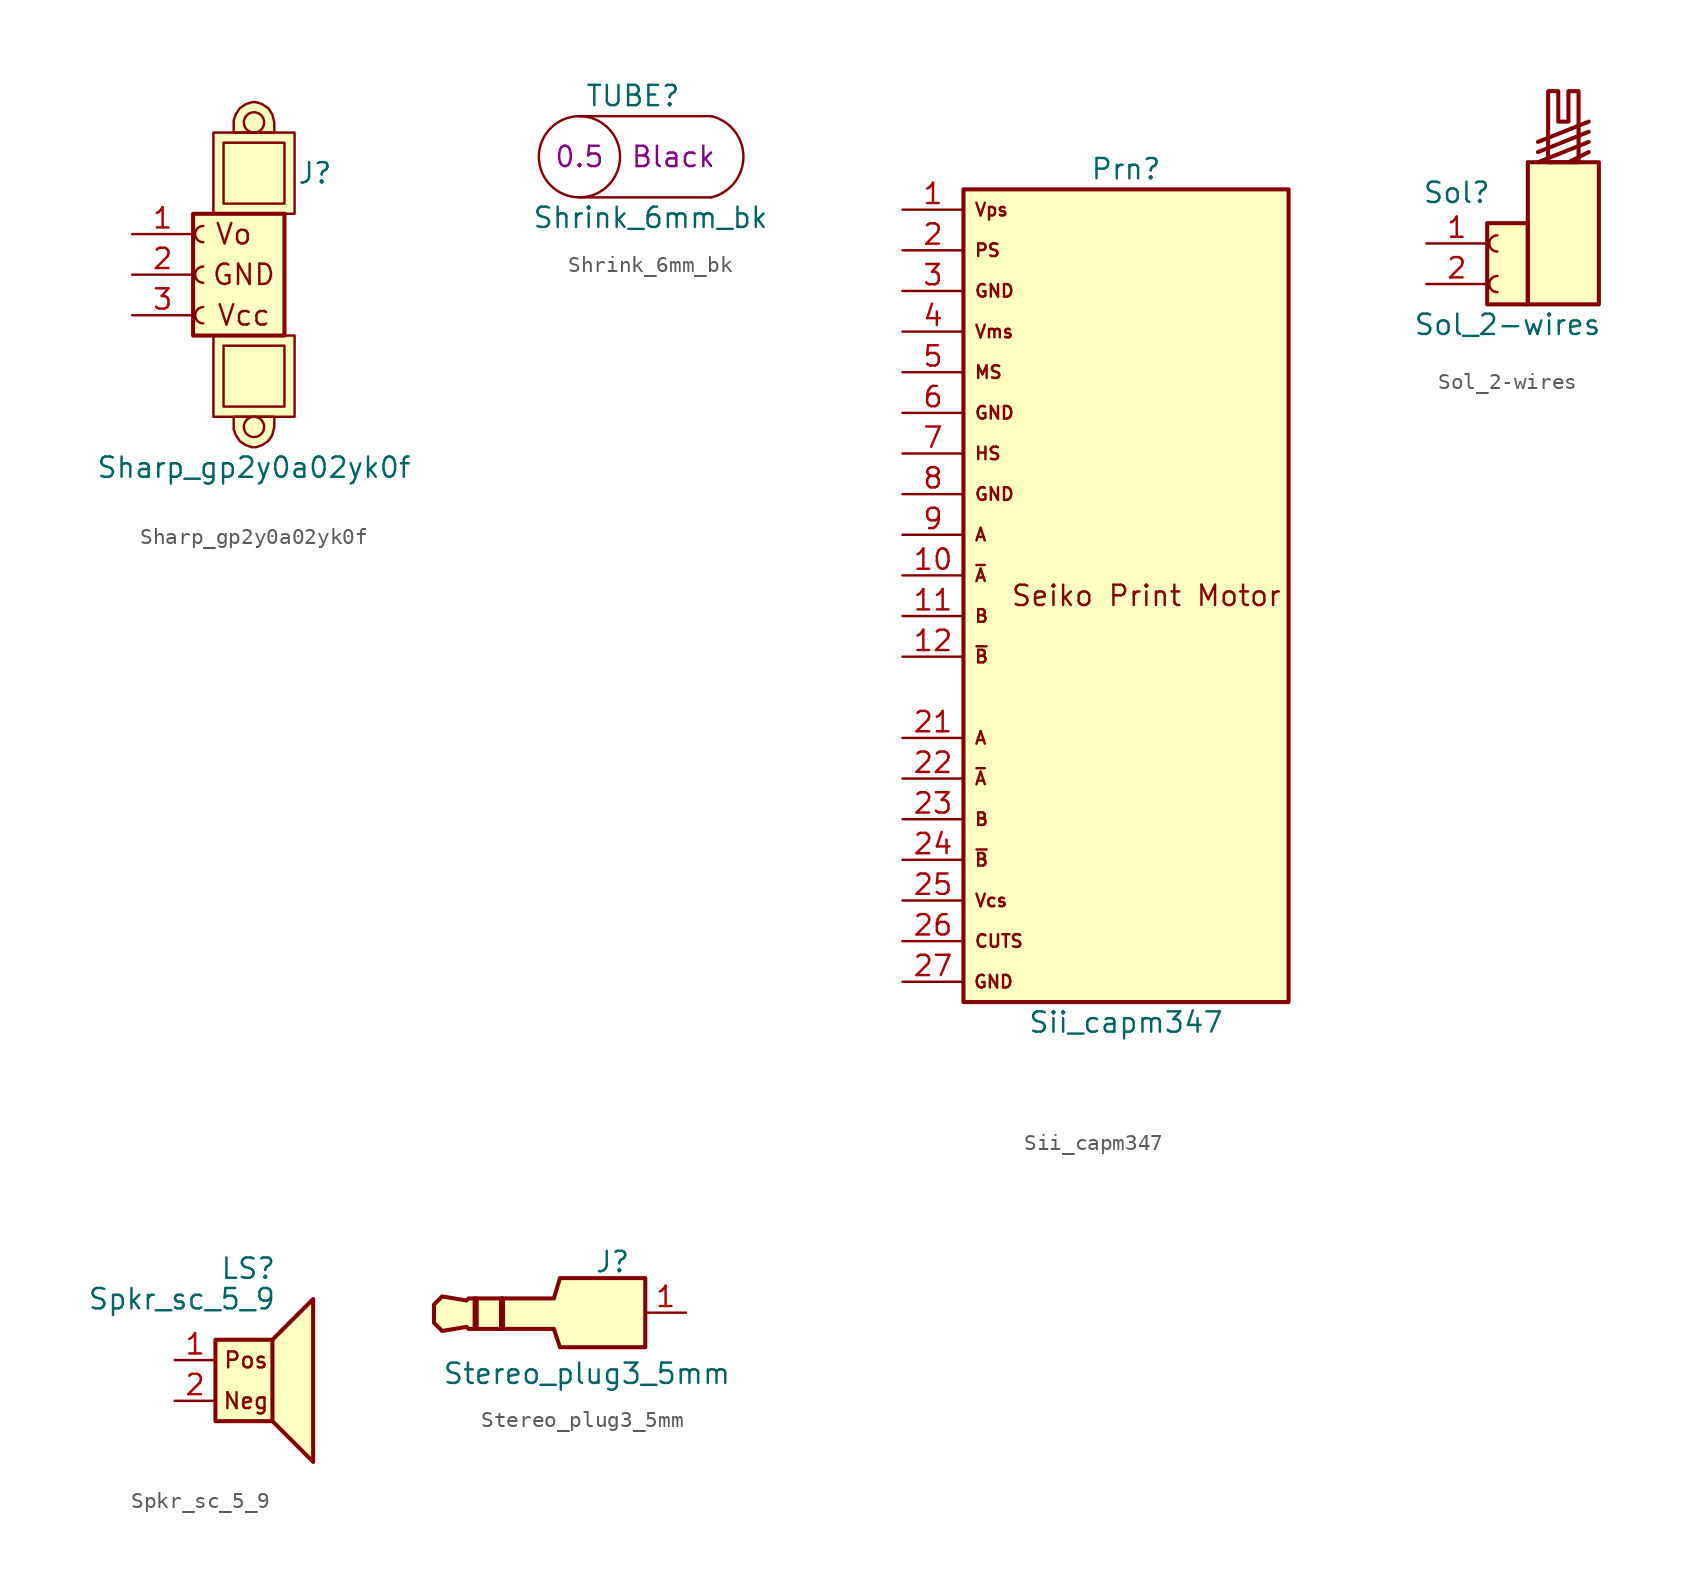
<source format=kicad_sym>
(kicad_symbol_lib
  (version 20220914)
  (generator kicad_symbol_editor)
  (symbol "Sharp_gp2y0a02yk0f"
    (pin_names
      (offset 1.016) hide)
    (property "Reference" "J"
      (at 6.35 6.35 0)
      (effects (font (size 1.27 1.27))))
    (property "Value" "Sharp_gp2y0a02yk0f"
      (at 2.54 -12.065 0)
      (effects (font (size 1.27 1.27))))
    (symbol "Sharp_gp2y0a02yk0f_0_0"
      (text "GND" (at 1.905 0 0) (effects (font (size 1.27 1.27))))
      (text "Vcc" (at 1.905 -2.54 0) (effects (font (size 1.27 1.27))))
      (text "Vo" (at 1.27 2.54 0) (effects (font (size 1.27 1.27)))))
    (symbol "Sharp_gp2y0a02yk0f_0_1"
      (rectangle (start 0 -3.81) (end 5.08 -8.89) (stroke (width 0) (type default)) (fill (type background)))
      (polyline (pts (xy 3.81 -8.89) (xy 3.81 -9.525) (xy 3.683 -10.033) (xy 3.429 -10.414) (xy 3.048 -10.668) (xy 2.667 -10.795) (xy 2.413 -10.795) (xy 2.032 -10.668) (xy 1.651 -10.414) (xy 1.397 -10.033) (xy 1.27 -9.652) (xy 1.27 -8.89) (xy 3.81 -8.89)) (stroke (width 0) (type default)) (fill (type background)))
      (polyline (pts (xy 3.81 8.89) (xy 3.81 9.525) (xy 3.683 10.033) (xy 3.429 10.414) (xy 3.048 10.668) (xy 2.667 10.795) (xy 2.413 10.795) (xy 2.032 10.668) (xy 1.651 10.414) (xy 1.397 10.033) (xy 1.27 9.652) (xy 1.27 8.89) (xy 3.81 8.89)) (stroke (width 0) (type default)) (fill (type background)))
      (rectangle (start 0 8.89) (end 5.08 3.81) (stroke (width 0) (type default)) (fill (type background)))
      (circle (center 2.54 -9.525) (radius 0.635) (stroke (width 0) (type default)) (fill (type none)))
      (circle (center 2.54 9.525) (radius 0.635) (stroke (width 0) (type default)) (fill (type none)))
      (rectangle (start 4.445 -8.255) (end 0.635 -4.445) (stroke (width 0) (type default)) (fill (type none)))
      (rectangle (start 4.445 4.445) (end 0.635 8.255) (stroke (width 0) (type default)) (fill (type none))))
    (symbol "Sharp_gp2y0a02yk0f_1_1"
      (rectangle (start -1.27 3.81) (end 4.445 -3.81) (stroke (width 0.254) (type default)) (fill (type background)))
      (arc (start -0.635 -2.032) (mid -1.1408 -2.54) (end -0.635 -3.048) (stroke (width 0) (type default)) (fill (type none)))
      (arc (start -0.635 0.508) (mid -1.1408 0) (end -0.635 -0.508) (stroke (width 0) (type default)) (fill (type none)))
      (arc (start -0.635 3.048) (mid -1.1408 2.54) (end -0.635 2.032) (stroke (width 0) (type default)) (fill (type none)))
      (pin passive line (at -5.08 2.54 0) (length 3.81) (name "Pin_1" (effects (font (size 1.27 1.27)))) (number "1" (effects (font (size 1.27 1.27)))))
      (pin passive line (at -5.08 0 0) (length 3.81) (name "Pin_2" (effects (font (size 1.27 1.27)))) (number "2" (effects (font (size 1.27 1.27)))))
      (pin passive line (at -5.08 -2.54 0) (length 3.81) (name "Pin_3" (effects (font (size 1.27 1.27)))) (number "3" (effects (font (size 1.27 1.27)))))))
  (symbol "Shrink_6mm_bk"
    (pin_numbers hide)
    (pin_names
      (offset 0) hide)
    (property "Reference" "TUBE"
      (at 6.35 3.81 0)
      (effects (font (size 1.27 1.27)) (justify right)))
    (property "Value" "Shrink_6mm_bk"
      (at 4.445 -3.81 0)
      (effects (font (size 1.27 1.27))))
    (property "Color" "Black"
      (at 3.175 0 0)
      (effects (font (size 1.27 1.27)) (justify left)))
    (property "Wall_Thickness" "0.5"
      (at 0 0 0)
      (effects (font (size 1.27 1.27))))
    (symbol "Shrink_6mm_bk_0_1"
      (polyline (pts (xy 8.255 -2.54) (xy 0 -2.54)) (stroke (width 0) (type default)) (fill (type none)))
      (polyline (pts (xy 8.255 2.54) (xy 0 2.54)) (stroke (width 0) (type default)) (fill (type none)))
      (circle (center 0 0) (radius 2.54) (stroke (width 0) (type default)) (fill (type none)))
      (arc (start 8.255 -2.54) (mid 10.2575 0) (end 8.255 2.54) (stroke (width 0) (type default)) (fill (type none)))))
  (symbol "Sii_capm347"
    (pin_names
      (offset 1.016) hide)
    (property "Reference" "Prn"
      (at 0 26.67 0)
      (effects (font (size 1.27 1.27))))
    (property "Value" "Sii_capm347"
      (at 0 -26.67 0)
      (effects (font (size 1.27 1.27))))
    (symbol "Sii_capm347_0_0"
      (text "Seiko Print Motor" (at 1.27 0 0) (effects (font (size 1.27 1.27))))
      (text "Vps" (at -9.525 24.13 0) (effects (font (size 0.787 0.787)) (justify left))))
    (symbol "Sii_capm347_0_1"
      (rectangle (start 10.16 25.4) (end -10.16 -25.4) (stroke (width 0.254) (type default)) (fill (type background))))
    (symbol "Sii_capm347_1_1"
      (text "A" (at -9.525 -8.89 0) (effects (font (size 0.787 0.787)) (justify left)))
      (text "A" (at -9.525 3.81 0) (effects (font (size 0.787 0.787)) (justify left)))
      (text "B" (at -9.525 -13.97 0) (effects (font (size 0.787 0.787)) (justify left)))
      (text "B" (at -9.525 -1.27 0) (effects (font (size 0.787 0.787)) (justify left)))
      (text "CUTS" (at -9.525 -21.59 0) (effects (font (size 0.787 0.787)) (justify left)))
      (text "GND" (at -9.525 6.35 0) (effects (font (size 0.787 0.787)) (justify left)))
      (text "GND" (at -9.525 11.43 0) (effects (font (size 0.787 0.787)) (justify left)))
      (text "GND" (at -9.525 19.05 0) (effects (font (size 0.787 0.787)) (justify left)))
      (text "GND" (at -6.985 -24.13 0) (effects (font (size 0.787 0.787)) (justify right)))
      (text "HS" (at -9.525 8.89 0) (effects (font (size 0.787 0.787)) (justify left)))
      (text "MS" (at -9.525 13.97 0) (effects (font (size 0.787 0.787)) (justify left)))
      (text "PS" (at -9.525 21.59 0) (effects (font (size 0.787 0.787)) (justify left)))
      (text "Vcs" (at -9.525 -19.05 0) (effects (font (size 0.787 0.787)) (justify left)))
      (text "Vms" (at -9.525 16.51 0) (effects (font (size 0.787 0.787)) (justify left)))
      (text "~{A}" (at -9.525 -11.43 0) (effects (font (size 0.787 0.787)) (justify left)))
      (text "~{A}" (at -9.525 1.27 0) (effects (font (size 0.787 0.787)) (justify left)))
      (text "~{B}" (at -9.525 -16.51 0) (effects (font (size 0.787 0.787)) (justify left)))
      (text "~{B}" (at -9.525 -3.81 0) (effects (font (size 0.787 0.787)) (justify left)))
      (pin input line (at -13.97 24.13 0) (length 3.81) (name "pin_x" (effects (font (size 1.27 1.27)))) (number "1" (effects (font (size 1.27 1.27)))))
      (pin input line (at -13.97 1.27 0) (length 3.81) (name "pin_x" (effects (font (size 1.27 1.27)))) (number "10" (effects (font (size 1.27 1.27)))))
      (pin input line (at -13.97 -1.27 0) (length 3.81) (name "pin_x" (effects (font (size 1.27 1.27)))) (number "11" (effects (font (size 1.27 1.27)))))
      (pin input line (at -13.97 -3.81 0) (length 3.81) (name "pin_x" (effects (font (size 1.27 1.27)))) (number "12" (effects (font (size 1.27 1.27)))))
      (pin output line (at -13.97 21.59 0) (length 3.81) (name "pin_x" (effects (font (size 1.27 1.27)))) (number "2" (effects (font (size 1.27 1.27)))))
      (pin input line (at -13.97 -8.89 0) (length 3.81) (name "pin_x" (effects (font (size 1.27 1.27)))) (number "21" (effects (font (size 1.27 1.27)))))
      (pin input line (at -13.97 -11.43 0) (length 3.81) (name "pin_x" (effects (font (size 1.27 1.27)))) (number "22" (effects (font (size 1.27 1.27)))))
      (pin input line (at -13.97 -13.97 0) (length 3.81) (name "pin_x" (effects (font (size 1.27 1.27)))) (number "23" (effects (font (size 1.27 1.27)))))
      (pin input line (at -13.97 -16.51 0) (length 3.81) (name "pin_x" (effects (font (size 1.27 1.27)))) (number "24" (effects (font (size 1.27 1.27)))))
      (pin input line (at -13.97 -19.05 0) (length 3.81) (name "pin_x" (effects (font (size 1.27 1.27)))) (number "25" (effects (font (size 1.27 1.27)))))
      (pin output line (at -13.97 -21.59 0) (length 3.81) (name "pin_x" (effects (font (size 1.27 1.27)))) (number "26" (effects (font (size 1.27 1.27)))))
      (pin input line (at -13.97 -24.13 0) (length 3.81) (name "pin_x" (effects (font (size 1.27 1.27)))) (number "27" (effects (font (size 1.27 1.27)))))
      (pin input line (at -13.97 19.05 0) (length 3.81) (name "pin_x" (effects (font (size 1.27 1.27)))) (number "3" (effects (font (size 1.27 1.27)))))
      (pin input line (at -13.97 16.51 0) (length 3.81) (name "pin_x" (effects (font (size 1.27 1.27)))) (number "4" (effects (font (size 1.27 1.27)))))
      (pin output line (at -13.97 13.97 0) (length 3.81) (name "pin_x" (effects (font (size 1.27 1.27)))) (number "5" (effects (font (size 1.27 1.27)))))
      (pin input line (at -13.97 11.43 0) (length 3.81) (name "pin_x" (effects (font (size 1.27 1.27)))) (number "6" (effects (font (size 1.27 1.27)))))
      (pin output line (at -13.97 8.89 0) (length 3.81) (name "pin_x" (effects (font (size 1.27 1.27)))) (number "7" (effects (font (size 1.27 1.27)))))
      (pin input line (at -13.97 6.35 0) (length 3.81) (name "pin_x" (effects (font (size 1.27 1.27)))) (number "8" (effects (font (size 1.27 1.27)))))
      (pin input line (at -13.97 3.81 0) (length 3.81) (name "pin_x" (effects (font (size 1.27 1.27)))) (number "9" (effects (font (size 1.27 1.27)))))))
  (symbol "Sol_2-wires"
    (pin_names
      (offset 1.016) hide)
    (property "Reference" "Sol"
      (at -3.175 5.715 0)
      (effects (font (size 1.27 1.27))))
    (property "Value" "Sol_2-wires"
      (at 0 -2.54 0)
      (effects (font (size 1.27 1.27))))
    (symbol "Sol_2-wires_0_0"
      (polyline (pts (xy 1.905 7.62) (xy 5.08 8.89)) (stroke (width 0.254) (type default)) (fill (type none)))
      (polyline (pts (xy 1.905 8.255) (xy 5.08 9.525)) (stroke (width 0.254) (type default)) (fill (type none)))
      (polyline (pts (xy 1.905 8.89) (xy 5.08 10.16)) (stroke (width 0.254) (type default)) (fill (type none)))
      (polyline (pts (xy 3.81 7.62) (xy 5.08 8.255)) (stroke (width 0.254) (type default)) (fill (type none)))
      (polyline (pts (xy 2.54 7.62) (xy 2.54 12.065) (xy 3.175 12.065) (xy 3.175 10.16) (xy 3.81 10.16) (xy 3.81 12.065) (xy 4.445 12.065) (xy 4.445 7.62) (xy 2.54 7.62)) (stroke (width 0.254) (type default)) (fill (type none)))
      (rectangle (start 1.27 -1.27) (end 5.715 7.62) (stroke (width 0.254) (type default)) (fill (type background))))
    (symbol "Sol_2-wires_1_1"
      (rectangle (start -1.27 3.81) (end 1.27 -1.27) (stroke (width 0.254) (type default)) (fill (type background)))
      (arc (start -0.635 0.508) (mid -1.1408 0) (end -0.635 -0.508) (stroke (width 0) (type default)) (fill (type none)))
      (arc (start -0.635 3.048) (mid -1.1408 2.54) (end -0.635 2.032) (stroke (width 0) (type default)) (fill (type none)))
      (pin passive line (at -5.08 2.54 0) (length 3.81) (name "Pin_1" (effects (font (size 1.27 1.27)))) (number "1" (effects (font (size 1.27 1.27)))))
      (pin passive line (at -5.08 0 0) (length 3.81) (name "Pin_2" (effects (font (size 1.27 1.27)))) (number "2" (effects (font (size 1.27 1.27)))))))
  (symbol "Spkr_sc_5_9"
    (pin_names hide)
    (property "Reference" "LS"
      (at 1.27 5.715 0)
      (effects (font (size 1.27 1.27)) (justify right)))
    (property "Value" "Spkr_sc_5_9"
      (at 1.27 3.81 0)
      (effects (font (size 1.27 1.27)) (justify right)))
    (symbol "Spkr_sc_5_9_0_0"
      (rectangle (start -2.54 1.27) (end 1.016 -3.81) (stroke (width 0.254) (type default)) (fill (type background)))
      (polyline (pts (xy 1.016 1.27) (xy 3.556 3.81) (xy 3.556 -6.35) (xy 1.016 -3.81)) (stroke (width 0.254) (type default)) (fill (type background)))
      (text "Pos" (at -0.635 0 0) (effects (font (size 0.991 0.991)))))
    (symbol "Spkr_sc_5_9_1_1"
      (text "Neg" (at -0.635 -2.54 0) (effects (font (size 0.991 0.991))))
      (pin input line (at -5.08 0 0) (length 2.54) (name "POS" (effects (font (size 1.27 1.27)))) (number "1" (effects (font (size 1.27 1.27)))))
      (pin input line (at -5.08 -2.54 0) (length 2.54) (name "NEG" (effects (font (size 1.27 1.27)))) (number "2" (effects (font (size 1.27 1.27)))))))
  (symbol "Stereo_plug3_5mm"
    (pin_names
      (offset 1.016) hide)
    (property "Reference" "J"
      (at -3.175 3.175 0)
      (effects (font (size 1.27 1.27)) (justify left)))
    (property "Value" "Stereo_plug3_5mm"
      (at -12.7 -3.81 0)
      (effects (font (size 1.27 1.27)) (justify left)))
    (symbol "Stereo_plug3_5mm_0_1"
      (rectangle (start -10.668 0.889) (end -10.541 -0.889) (stroke (width 0.254) (type default)) (fill (type none)))
      (rectangle (start -9.017 0.889) (end -8.89 -1.016) (stroke (width 0.254) (type default)) (fill (type none)))
      (polyline (pts (xy 0 2.159) (xy -5.334 2.159) (xy -5.715 0.889) (xy -9.271 0.889) (xy -11.049 0.889) (xy -11.176 0.762) (xy -12.7 1.016) (xy -13.208 0.508) (xy -13.208 -0.635) (xy -12.7 -1.143) (xy -11.176 -0.889) (xy -11.049 -1.016) (xy -5.715 -1.016) (xy -5.334 -2.159) (xy 0 -2.159) (xy 0 2.159)) (stroke (width 0.254) (type default)) (fill (type background))))
    (symbol "Stereo_plug3_5mm_1_1"
      (pin passive line (at 2.54 0 180) (length 2.54) (name "Pin_1" (effects (font (size 1.27 1.27)))) (number "1" (effects (font (size 1.27 1.27))))))))
</source>
